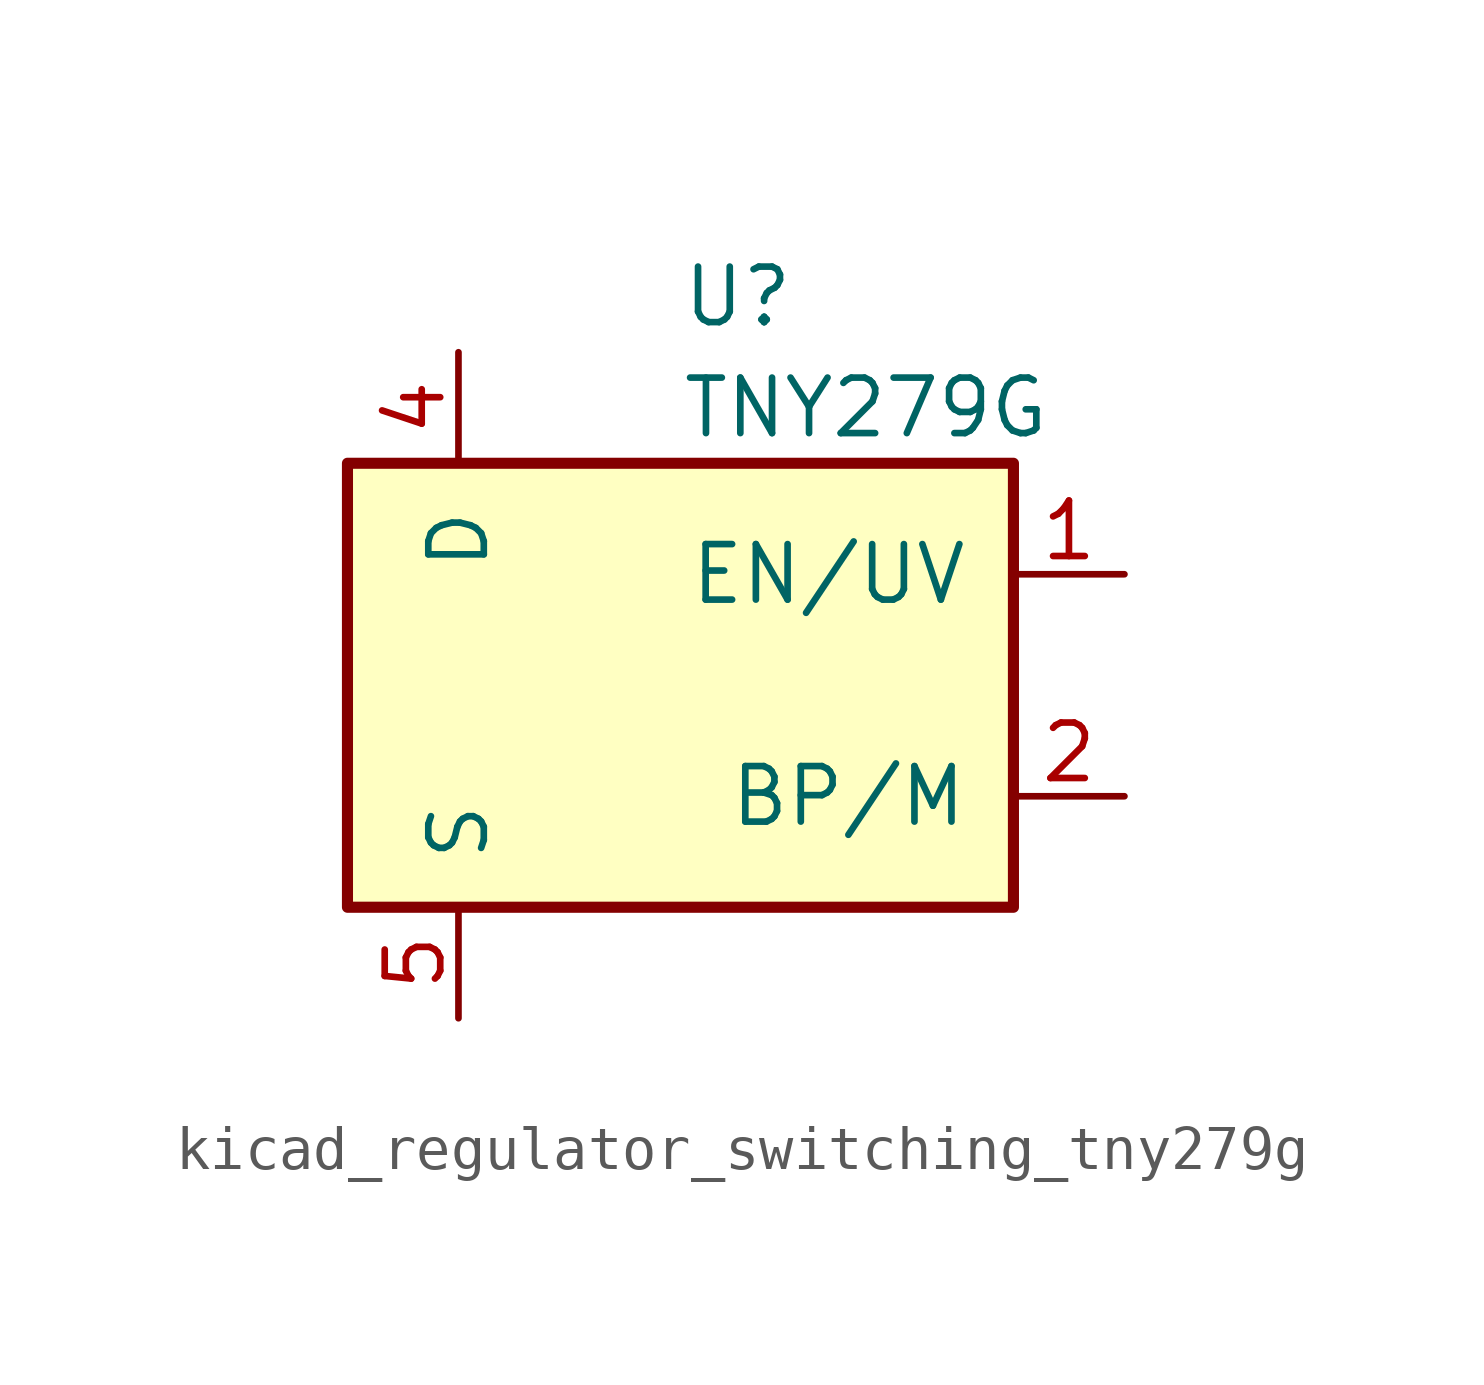
<source format=kicad_sym>
(kicad_symbol_lib
  (version 20220914)
  (generator kicad_symbol_editor)
  (symbol "kicad_regulator_switching_tny279g"
    (pin_names
      (offset 1.016))
    (property "Reference" "U"
      (at 0 8.89 0)
      (effects (font (size 1.27 1.27)) (justify left)))
    (property "Value" "TNY279G"
      (at 0 6.35 0)
      (effects (font (size 1.27 1.27)) (justify left)))
    (symbol "kicad_regulator_switching_tny279g_0_1"
      (rectangle (start -7.62 5.08) (end 7.62 -5.08) (stroke (width 0.254) (type default)) (fill (type background))))
    (symbol "kicad_regulator_switching_tny279g_1_1"
      (pin input line (at 10.16 2.54 180) (length 2.54) (name "EN/UV" (effects (font (size 1.27 1.27)))) (number "1" (effects (font (size 1.27 1.27)))))
      (pin input line (at 10.16 -2.54 180) (length 2.54) (name "BP/M" (effects (font (size 1.27 1.27)))) (number "2" (effects (font (size 1.27 1.27)))))
      (pin open_collector line (at -5.08 7.62 270) (length 2.54) (name "D" (effects (font (size 1.27 1.27)))) (number "4" (effects (font (size 1.27 1.27)))))
      (pin power_in line (at -5.08 -7.62 90) (length 2.54) (name "S" (effects (font (size 1.27 1.27)))) (number "5" (effects (font (size 1.27 1.27)))))
      (pin passive line (at -5.08 -7.62 90) (length 2.54) hide (name "S" (effects (font (size 1.27 1.27)))) (number "6" (effects (font (size 1.27 1.27)))))
      (pin passive line (at -5.08 -7.62 90) (length 2.54) hide (name "S" (effects (font (size 1.27 1.27)))) (number "7" (effects (font (size 1.27 1.27)))))
      (pin passive line (at -5.08 -7.62 90) (length 2.54) hide (name "S" (effects (font (size 1.27 1.27)))) (number "8" (effects (font (size 1.27 1.27))))))))
</source>
